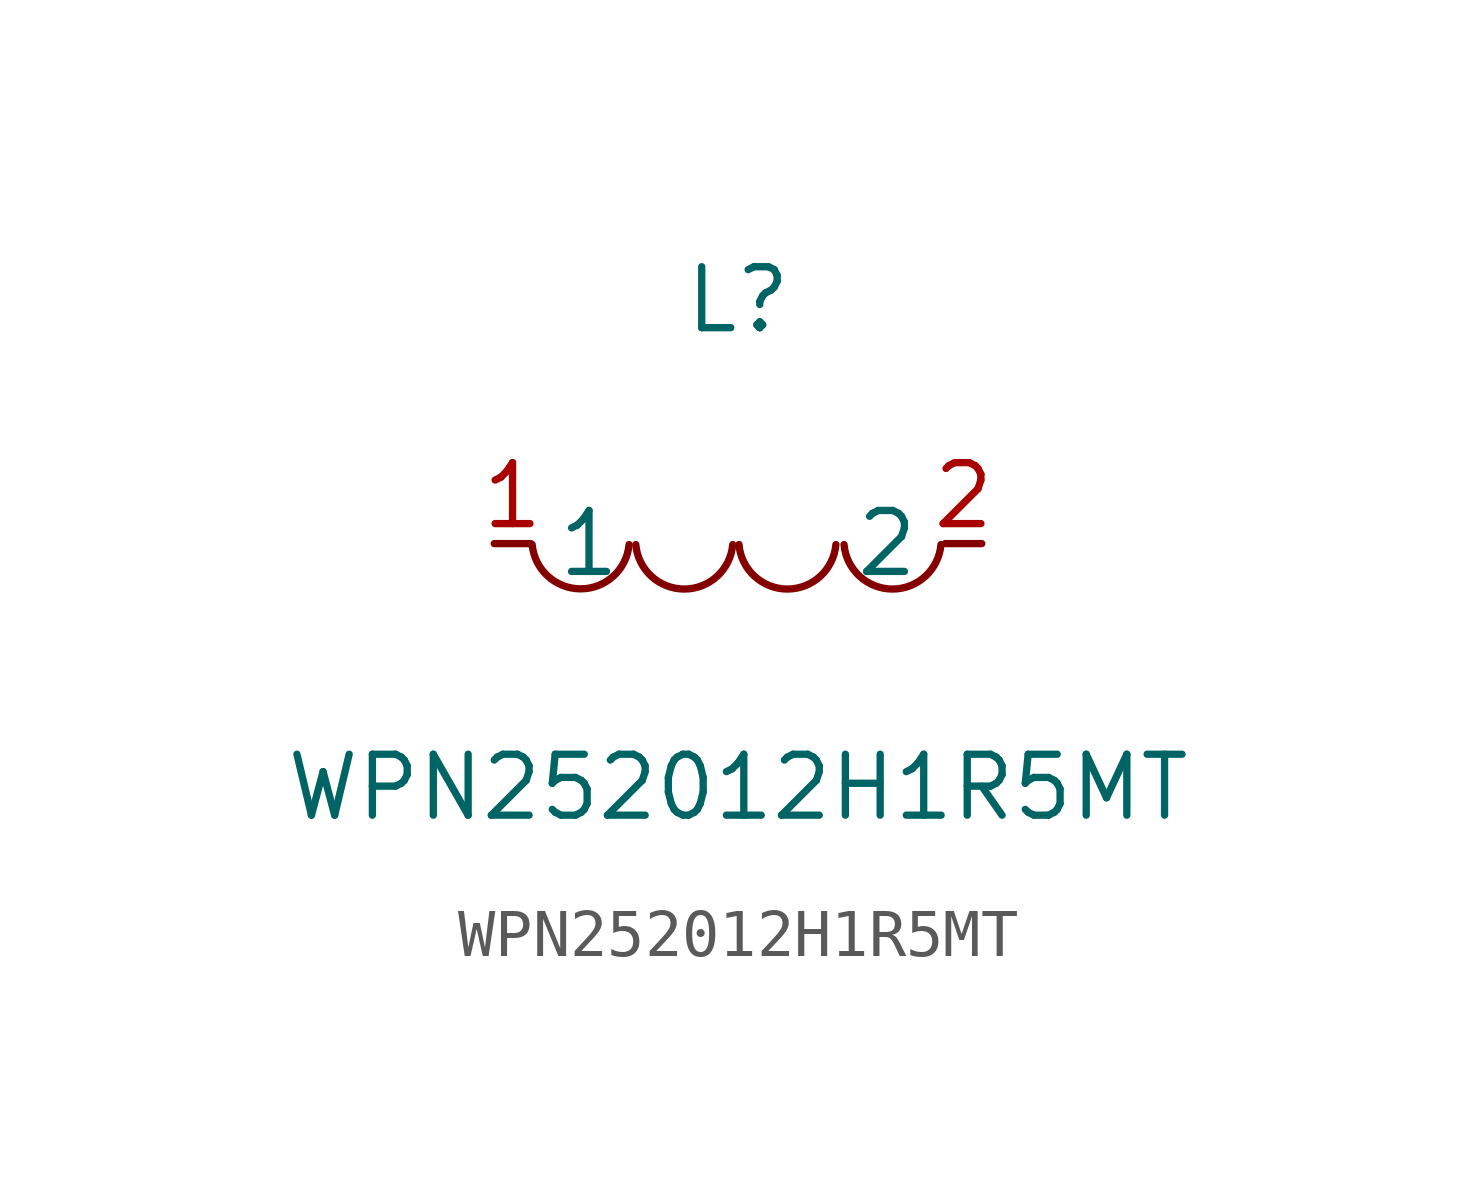
<source format=kicad_sym>
(kicad_symbol_lib
  (version 1)
  (generator "faebryk")
  (symbol "WPN252012H1R5MT"
    (property "Reference" "L"
      (at 0 5.08 0)
      (effects (font (size 1.27 1.27)) (hide no)))
    (property "Value" "WPN252012H1R5MT"
      (at 0 -5.08 0)
      (effects (font (size 1.27 1.27)) (hide no)))
    (symbol "WPN252012H1R5MT_0_1"
      (arc (start -4.29 -0.02) (mid -2.81 -1.01) (end -2.27 -0.02) (stroke (width 0) (type default) (color 0 0 0 0)) (fill (type none)))
      (arc (start -2.13 -0.02) (mid -0.66 -1.01) (end -0.11 -0.02) (stroke (width 0) (type default) (color 0 0 0 0)) (fill (type none)))
      (arc (start 0.02 -0.02) (mid 1.49 -1.01) (end 2.04 -0.02) (stroke (width 0) (type default) (color 0 0 0 0)) (fill (type none)))
      (arc (start 2.21 -0.02) (mid 3.68 -1.01) (end 4.23 -0.02) (stroke (width 0) (type default) (color 0 0 0 0)) (fill (type none)))
      (pin unspecified line (at 5.08 0 180) (length 0.762) (name "2" (effects (font (size 1.27 1.27)) (hide no))) (number "2" (effects (font (size 1.27 1.27)) (hide no))))
      (pin unspecified line (at -5.08 0 0) (length 0.762) (name "1" (effects (font (size 1.27 1.27)) (hide no))) (number "1" (effects (font (size 1.27 1.27)) (hide no)))))))
</source>
